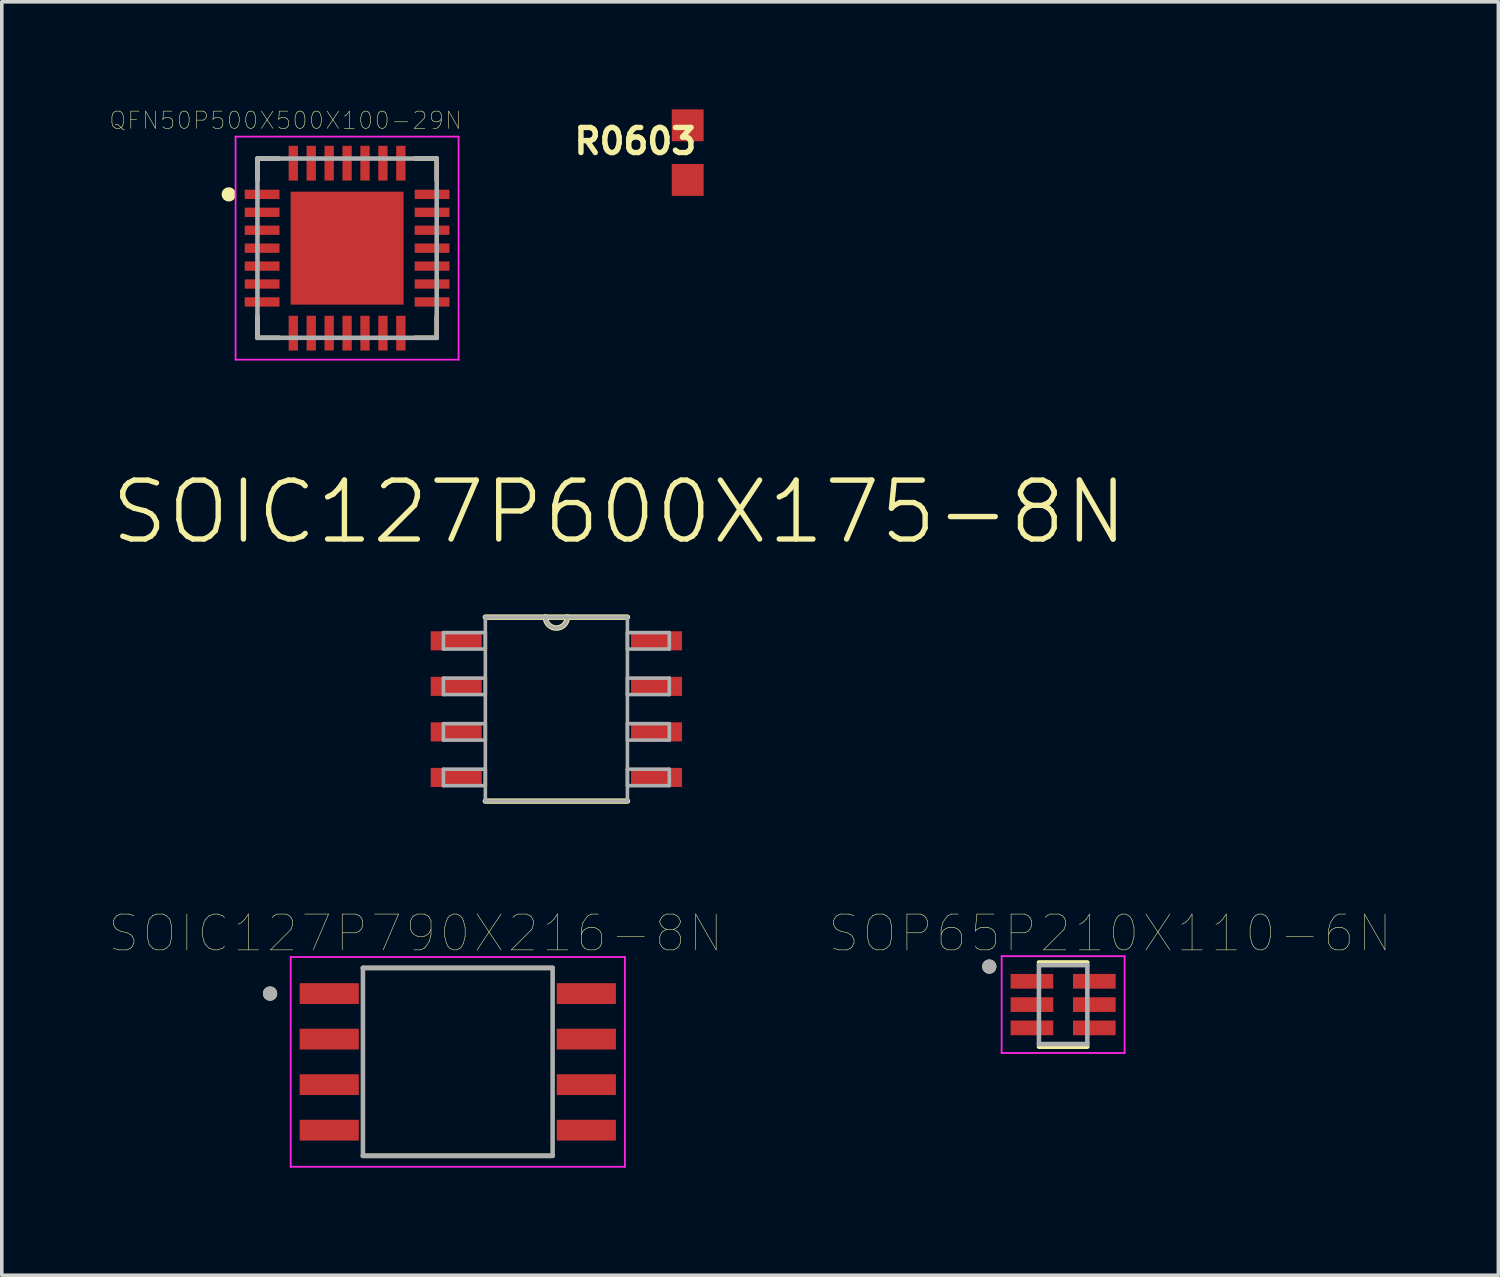
<source format=kicad_pcb>
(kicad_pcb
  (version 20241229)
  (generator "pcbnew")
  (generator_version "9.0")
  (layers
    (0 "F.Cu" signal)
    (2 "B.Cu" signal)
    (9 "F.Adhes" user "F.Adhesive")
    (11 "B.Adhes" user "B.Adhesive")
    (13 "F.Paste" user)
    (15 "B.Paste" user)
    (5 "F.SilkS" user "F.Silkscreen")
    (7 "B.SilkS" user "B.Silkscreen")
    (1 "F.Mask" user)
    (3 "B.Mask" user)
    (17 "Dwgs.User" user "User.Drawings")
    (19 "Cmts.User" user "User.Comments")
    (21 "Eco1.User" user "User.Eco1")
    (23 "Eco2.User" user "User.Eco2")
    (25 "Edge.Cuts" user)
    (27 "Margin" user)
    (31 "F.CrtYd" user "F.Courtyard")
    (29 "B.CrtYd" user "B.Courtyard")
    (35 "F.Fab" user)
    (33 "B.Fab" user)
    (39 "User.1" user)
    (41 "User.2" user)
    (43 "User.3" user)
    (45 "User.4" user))
  (footprint "SOIC127P600X175-8N"
    (layer "F.Cu")
    (at 12.467 16.727)
    (property "Reference" "SOIC127P600X175-8N" (at 1.756 -5.497 0) (layer "F.SilkS") (effects (font (size 1.643 1.643) (thickness 0.15))))
    (attr through_hole)
    (fp_line (start -1.981 2.565) (end 1.981 2.565) (stroke (width 0.152) (type solid)) (layer "F.SilkS"))
    (fp_line (start -0.305 -2.565) (end -1.981 -2.565) (stroke (width 0.152) (type solid)) (layer "F.SilkS"))
    (fp_line (start 0.305 -2.565) (end -0.305 -2.565) (stroke (width 0.152) (type solid)) (layer "F.SilkS"))
    (fp_line (start 1.981 -2.565) (end 0.305 -2.565) (stroke (width 0.152) (type solid)) (layer "F.SilkS"))
    (fp_arc (start 0.3048 -2.5654) (mid 0 -2.2606) (end -0.3048 -2.5654) (stroke (width 0.1524) (type solid)) (layer "F.SilkS"))
    (fp_line (start -3.15 -2.134) (end -3.15 -1.676) (stroke (width 0.1) (type solid)) (layer "F.Fab"))
    (fp_line (start -3.15 -1.676) (end -1.981 -1.676) (stroke (width 0.1) (type solid)) (layer "F.Fab"))
    (fp_line (start -3.15 -0.864) (end -3.15 -0.406) (stroke (width 0.1) (type solid)) (layer "F.Fab"))
    (fp_line (start -3.15 -0.406) (end -1.981 -0.406) (stroke (width 0.1) (type solid)) (layer "F.Fab"))
    (fp_line (start -3.15 0.406) (end -3.15 0.864) (stroke (width 0.1) (type solid)) (layer "F.Fab"))
    (fp_line (start -3.15 0.864) (end -1.981 0.864) (stroke (width 0.1) (type solid)) (layer "F.Fab"))
    (fp_line (start -3.15 1.676) (end -3.15 2.134) (stroke (width 0.1) (type solid)) (layer "F.Fab"))
    (fp_line (start -3.15 2.134) (end -1.981 2.134) (stroke (width 0.1) (type solid)) (layer "F.Fab"))
    (fp_line (start -1.981 -2.565) (end -1.981 2.565) (stroke (width 0.1) (type solid)) (layer "F.Fab"))
    (fp_line (start -1.981 -2.134) (end -3.15 -2.134) (stroke (width 0.1) (type solid)) (layer "F.Fab"))
    (fp_line (start -1.981 -1.676) (end -1.981 -2.134) (stroke (width 0.1) (type solid)) (layer "F.Fab"))
    (fp_line (start -1.981 -0.864) (end -3.15 -0.864) (stroke (width 0.1) (type solid)) (layer "F.Fab"))
    (fp_line (start -1.981 -0.406) (end -1.981 -0.864) (stroke (width 0.1) (type solid)) (layer "F.Fab"))
    (fp_line (start -1.981 0.406) (end -3.15 0.406) (stroke (width 0.1) (type solid)) (layer "F.Fab"))
    (fp_line (start -1.981 0.864) (end -1.981 0.406) (stroke (width 0.1) (type solid)) (layer "F.Fab"))
    (fp_line (start -1.981 1.676) (end -3.15 1.676) (stroke (width 0.1) (type solid)) (layer "F.Fab"))
    (fp_line (start -1.981 2.134) (end -1.981 1.676) (stroke (width 0.1) (type solid)) (layer "F.Fab"))
    (fp_line (start -1.981 2.565) (end 1.981 2.565) (stroke (width 0.1) (type solid)) (layer "F.Fab"))
    (fp_line (start -0.305 -2.565) (end -1.981 -2.565) (stroke (width 0.1) (type solid)) (layer "F.Fab"))
    (fp_line (start 0.305 -2.565) (end -0.305 -2.565) (stroke (width 0.1) (type solid)) (layer "F.Fab"))
    (fp_line (start 1.981 -2.565) (end 0.305 -2.565) (stroke (width 0.1) (type solid)) (layer "F.Fab"))
    (fp_line (start 1.981 -2.134) (end 1.981 -1.676) (stroke (width 0.1) (type solid)) (layer "F.Fab"))
    (fp_line (start 1.981 -1.676) (end 3.15 -1.676) (stroke (width 0.1) (type solid)) (layer "F.Fab"))
    (fp_line (start 1.981 -0.864) (end 1.981 -0.406) (stroke (width 0.1) (type solid)) (layer "F.Fab"))
    (fp_line (start 1.981 -0.406) (end 3.15 -0.406) (stroke (width 0.1) (type solid)) (layer "F.Fab"))
    (fp_line (start 1.981 0.406) (end 1.981 0.864) (stroke (width 0.1) (type solid)) (layer "F.Fab"))
    (fp_line (start 1.981 0.864) (end 3.15 0.864) (stroke (width 0.1) (type solid)) (layer "F.Fab"))
    (fp_line (start 1.981 1.676) (end 1.981 2.134) (stroke (width 0.1) (type solid)) (layer "F.Fab"))
    (fp_line (start 1.981 2.134) (end 3.15 2.134) (stroke (width 0.1) (type solid)) (layer "F.Fab"))
    (fp_line (start 1.981 2.565) (end 1.981 -2.565) (stroke (width 0.1) (type solid)) (layer "F.Fab"))
    (fp_line (start 3.15 -2.134) (end 1.981 -2.134) (stroke (width 0.1) (type solid)) (layer "F.Fab"))
    (fp_line (start 3.15 -1.676) (end 3.15 -2.134) (stroke (width 0.1) (type solid)) (layer "F.Fab"))
    (fp_line (start 3.15 -0.864) (end 1.981 -0.864) (stroke (width 0.1) (type solid)) (layer "F.Fab"))
    (fp_line (start 3.15 -0.406) (end 3.15 -0.864) (stroke (width 0.1) (type solid)) (layer "F.Fab"))
    (fp_line (start 3.15 0.406) (end 1.981 0.406) (stroke (width 0.1) (type solid)) (layer "F.Fab"))
    (fp_line (start 3.15 0.864) (end 3.15 0.406) (stroke (width 0.1) (type solid)) (layer "F.Fab"))
    (fp_line (start 3.15 1.676) (end 1.981 1.676) (stroke (width 0.1) (type solid)) (layer "F.Fab"))
    (fp_line (start 3.15 2.134) (end 3.15 1.676) (stroke (width 0.1) (type solid)) (layer "F.Fab"))
    (fp_arc (start 0.3048 -2.5654) (mid 0 -2.2606) (end -0.3048 -2.5654) (stroke (width 0.1) (type solid)) (layer "F.Fab"))
    (pad "1" smd rect (at -2.794 -1.905) (size 1.422 0.533) (layers "F.Cu" "F.Mask" "F.Paste"))
    (pad "2" smd rect (at -2.794 -0.635) (size 1.422 0.533) (layers "F.Cu" "F.Mask" "F.Paste"))
    (pad "3" smd rect (at -2.794 0.635) (size 1.422 0.533) (layers "F.Cu" "F.Mask" "F.Paste"))
    (pad "4" smd rect (at -2.794 1.905) (size 1.422 0.533) (layers "F.Cu" "F.Mask" "F.Paste"))
    (pad "5" smd rect (at 2.794 1.905) (size 1.422 0.533) (layers "F.Cu" "F.Mask" "F.Paste"))
    (pad "6" smd rect (at 2.794 0.635) (size 1.422 0.533) (layers "F.Cu" "F.Mask" "F.Paste"))
    (pad "7" smd rect (at 2.794 -0.635) (size 1.422 0.533) (layers "F.Cu" "F.Mask" "F.Paste"))
    (pad "8" smd rect (at 2.794 -1.905) (size 1.422 0.533) (layers "F.Cu" "F.Mask" "F.Paste")))
  (footprint "SOIC127P790X216-8N"
    (layer "F.Cu")
    (at 9.717 26.565)
    (property "Reference" "SOIC127P790X216-8N" (at -1.175 -3.585 0) (layer "F.SilkS") (effects (font (size 1 1) (thickness 0.015))))
    (attr through_hole)
    (fp_line (start -2.645 -2.62) (end 2.645 -2.62) (stroke (width 0.127) (type solid)) (layer "F.SilkS"))
    (fp_line (start -2.645 2.62) (end 2.645 2.62) (stroke (width 0.127) (type solid)) (layer "F.SilkS"))
    (fp_circle (center -5.235 -1.905) (end -5.135 -1.905) (stroke (width 0.2) (type solid)) (fill no) (layer "F.SilkS"))
    (fp_line (start -4.66 -2.925) (end -4.66 2.925) (stroke (width 0.05) (type solid)) (layer "F.CrtYd"))
    (fp_line (start -4.66 -2.925) (end 4.66 -2.925) (stroke (width 0.05) (type solid)) (layer "F.CrtYd"))
    (fp_line (start -4.66 2.925) (end 4.66 2.925) (stroke (width 0.05) (type solid)) (layer "F.CrtYd"))
    (fp_line (start 4.66 -2.925) (end 4.66 2.925) (stroke (width 0.05) (type solid)) (layer "F.CrtYd"))
    (fp_line (start -2.645 -2.62) (end -2.645 2.62) (stroke (width 0.127) (type solid)) (layer "F.Fab"))
    (fp_line (start -2.645 -2.62) (end 2.645 -2.62) (stroke (width 0.127) (type solid)) (layer "F.Fab"))
    (fp_line (start -2.645 2.62) (end 2.645 2.62) (stroke (width 0.127) (type solid)) (layer "F.Fab"))
    (fp_line (start 2.645 -2.62) (end 2.645 2.62) (stroke (width 0.127) (type solid)) (layer "F.Fab"))
    (fp_circle (center -5.235 -1.905) (end -5.135 -1.905) (stroke (width 0.2) (type solid)) (fill no) (layer "F.Fab"))
    (pad "1" smd rect (at -3.585 -1.905) (size 1.65 0.58) (layers "F.Cu" "F.Mask" "F.Paste"))
    (pad "2" smd rect (at -3.585 -0.635) (size 1.65 0.58) (layers "F.Cu" "F.Mask" "F.Paste"))
    (pad "3" smd rect (at -3.585 0.635) (size 1.65 0.58) (layers "F.Cu" "F.Mask" "F.Paste"))
    (pad "4" smd rect (at -3.585 1.905) (size 1.65 0.58) (layers "F.Cu" "F.Mask" "F.Paste"))
    (pad "5" smd rect (at 3.585 1.905) (size 1.65 0.58) (layers "F.Cu" "F.Mask" "F.Paste"))
    (pad "6" smd rect (at 3.585 0.635) (size 1.65 0.58) (layers "F.Cu" "F.Mask" "F.Paste"))
    (pad "7" smd rect (at 3.585 -0.635) (size 1.65 0.58) (layers "F.Cu" "F.Mask" "F.Paste"))
    (pad "8" smd rect (at 3.585 -1.905) (size 1.65 0.58) (layers "F.Cu" "F.Mask" "F.Paste")))
  (footprint "SOP65P210X110-6N"
    (layer "F.Cu")
    (at 26.6 24.967)
    (property "Reference" "SOP65P210X110-6N" (at 1.31 -1.987 0) (layer "F.SilkS") (effects (font (size 1 1) (thickness 0.015))))
    (attr through_hole)
    (fp_line (start -0.675 -1.175) (end 0.675 -1.175) (stroke (width 0.127) (type solid)) (layer "F.SilkS"))
    (fp_line (start -0.675 1.175) (end 0.675 1.175) (stroke (width 0.127) (type solid)) (layer "F.SilkS"))
    (fp_circle (center -2.06 -1.06) (end -1.96 -1.06) (stroke (width 0.2) (type solid)) (fill no) (layer "F.SilkS"))
    (fp_line (start -1.715 -1.35) (end -1.715 1.35) (stroke (width 0.05) (type solid)) (layer "F.CrtYd"))
    (fp_line (start -1.715 -1.35) (end 1.715 -1.35) (stroke (width 0.05) (type solid)) (layer "F.CrtYd"))
    (fp_line (start -1.715 1.35) (end 1.715 1.35) (stroke (width 0.05) (type solid)) (layer "F.CrtYd"))
    (fp_line (start 1.715 -1.35) (end 1.715 1.35) (stroke (width 0.05) (type solid)) (layer "F.CrtYd"))
    (fp_line (start -0.675 -1.1) (end -0.675 1.1) (stroke (width 0.127) (type solid)) (layer "F.Fab"))
    (fp_line (start -0.675 -1.1) (end 0.675 -1.1) (stroke (width 0.127) (type solid)) (layer "F.Fab"))
    (fp_line (start -0.675 1.1) (end 0.675 1.1) (stroke (width 0.127) (type solid)) (layer "F.Fab"))
    (fp_line (start 0.675 -1.1) (end 0.675 1.1) (stroke (width 0.127) (type solid)) (layer "F.Fab"))
    (fp_circle (center -2.06 -1.06) (end -1.96 -1.06) (stroke (width 0.2) (type solid)) (fill no) (layer "F.Fab"))
    (pad "1" smd rect (at -0.87 -0.65) (size 1.19 0.41) (layers "F.Cu" "F.Mask" "F.Paste"))
    (pad "2" smd rect (at -0.87 0) (size 1.19 0.41) (layers "F.Cu" "F.Mask" "F.Paste"))
    (pad "3" smd rect (at -0.87 0.65) (size 1.19 0.41) (layers "F.Cu" "F.Mask" "F.Paste"))
    (pad "4" smd rect (at 0.87 0.65) (size 1.19 0.41) (layers "F.Cu" "F.Mask" "F.Paste"))
    (pad "5" smd rect (at 0.87 0) (size 1.19 0.41) (layers "F.Cu" "F.Mask" "F.Paste"))
    (pad "6" smd rect (at 0.87 -0.65) (size 1.19 0.41) (layers "F.Cu" "F.Mask" "F.Paste")))
  (footprint "QFN50P500X500X100-29N"
    (layer "F.Cu")
    (at 6.63 3.871)
    (property "Reference" "QFN50P500X500X100-29N" (at -1.714 -3.563 0) (layer "F.SilkS") (effects (font (size 0.481 0.481) (thickness 0.015))))
    (attr through_hole)
    (fp_line (start -2.5 -2.5) (end -1.9 -2.5) (stroke (width 0.127) (type solid)) (layer "F.SilkS"))
    (fp_line (start -2.5 -1.9) (end -2.5 -2.5) (stroke (width 0.127) (type solid)) (layer "F.SilkS"))
    (fp_line (start -2.5 2.5) (end -2.5 1.9) (stroke (width 0.127) (type solid)) (layer "F.SilkS"))
    (fp_line (start -1.9 2.5) (end -2.5 2.5) (stroke (width 0.127) (type solid)) (layer "F.SilkS"))
    (fp_line (start 1.9 -2.5) (end 2.5 -2.5) (stroke (width 0.127) (type solid)) (layer "F.SilkS"))
    (fp_line (start 2.5 -2.5) (end 2.5 -1.9) (stroke (width 0.127) (type solid)) (layer "F.SilkS"))
    (fp_line (start 2.5 1.9) (end 2.5 2.5) (stroke (width 0.127) (type solid)) (layer "F.SilkS"))
    (fp_line (start 2.5 2.5) (end 1.9 2.5) (stroke (width 0.127) (type solid)) (layer "F.SilkS"))
    (fp_circle (center -3.3 -1.5) (end -3.2 -1.5) (stroke (width 0.2) (type solid)) (fill no) (layer "F.SilkS"))
    (fp_poly (pts (xy -0.991 -0.989) (xy 0.989 -0.989) (xy 0.989 0.991) (xy -0.991 0.991)) (stroke (width 0.01) (type solid)) (fill yes) (layer "F.Paste"))
    (fp_line (start -3.11 -3.11) (end 3.11 -3.11) (stroke (width 0.05) (type solid)) (layer "F.CrtYd"))
    (fp_line (start -3.11 3.11) (end -3.11 -3.11) (stroke (width 0.05) (type solid)) (layer "F.CrtYd"))
    (fp_line (start 3.11 -3.11) (end 3.11 3.11) (stroke (width 0.05) (type solid)) (layer "F.CrtYd"))
    (fp_line (start 3.11 3.11) (end -3.11 3.11) (stroke (width 0.05) (type solid)) (layer "F.CrtYd"))
    (fp_line (start -2.5 -2.5) (end 2.5 -2.5) (stroke (width 0.127) (type solid)) (layer "F.Fab"))
    (fp_line (start -2.5 2.5) (end -2.5 -2.5) (stroke (width 0.127) (type solid)) (layer "F.Fab"))
    (fp_line (start 2.5 -2.5) (end 2.5 2.5) (stroke (width 0.127) (type solid)) (layer "F.Fab"))
    (fp_line (start 2.5 2.5) (end -2.5 2.5) (stroke (width 0.127) (type solid)) (layer "F.Fab"))
    (pad "1" smd rect (at -2.37 -1.5) (size 0.97 0.26) (layers "F.Cu" "F.Mask" "F.Paste"))
    (pad "2" smd rect (at -2.37 -1) (size 0.97 0.26) (layers "F.Cu" "F.Mask" "F.Paste"))
    (pad "3" smd rect (at -2.37 -0.5) (size 0.97 0.26) (layers "F.Cu" "F.Mask" "F.Paste"))
    (pad "4" smd rect (at -2.37 0) (size 0.97 0.26) (layers "F.Cu" "F.Mask" "F.Paste"))
    (pad "5" smd rect (at -2.37 0.5) (size 0.97 0.26) (layers "F.Cu" "F.Mask" "F.Paste"))
    (pad "6" smd rect (at -2.37 1) (size 0.97 0.26) (layers "F.Cu" "F.Mask" "F.Paste"))
    (pad "7" smd rect (at -2.37 1.5) (size 0.97 0.26) (layers "F.Cu" "F.Mask" "F.Paste"))
    (pad "8" smd rect (at -1.5 2.37) (size 0.26 0.97) (layers "F.Cu" "F.Mask" "F.Paste"))
    (pad "9" smd rect (at -1 2.37) (size 0.26 0.97) (layers "F.Cu" "F.Mask" "F.Paste"))
    (pad "10" smd rect (at -0.5 2.37) (size 0.26 0.97) (layers "F.Cu" "F.Mask" "F.Paste"))
    (pad "11" smd rect (at 0 2.37) (size 0.26 0.97) (layers "F.Cu" "F.Mask" "F.Paste"))
    (pad "12" smd rect (at 0.5 2.37) (size 0.26 0.97) (layers "F.Cu" "F.Mask" "F.Paste"))
    (pad "13" smd rect (at 1 2.37) (size 0.26 0.97) (layers "F.Cu" "F.Mask" "F.Paste"))
    (pad "14" smd rect (at 1.5 2.37) (size 0.26 0.97) (layers "F.Cu" "F.Mask" "F.Paste"))
    (pad "15" smd rect (at 2.37 1.5) (size 0.97 0.26) (layers "F.Cu" "F.Mask" "F.Paste"))
    (pad "16" smd rect (at 2.37 1) (size 0.97 0.26) (layers "F.Cu" "F.Mask" "F.Paste"))
    (pad "17" smd rect (at 2.37 0.5) (size 0.97 0.26) (layers "F.Cu" "F.Mask" "F.Paste"))
    (pad "18" smd rect (at 2.37 0) (size 0.97 0.26) (layers "F.Cu" "F.Mask" "F.Paste"))
    (pad "19" smd rect (at 2.37 -0.5) (size 0.97 0.26) (layers "F.Cu" "F.Mask" "F.Paste"))
    (pad "20" smd rect (at 2.37 -1) (size 0.97 0.26) (layers "F.Cu" "F.Mask" "F.Paste"))
    (pad "21" smd rect (at 2.37 -1.5) (size 0.97 0.26) (layers "F.Cu" "F.Mask" "F.Paste"))
    (pad "22" smd rect (at 1.5 -2.37) (size 0.26 0.97) (layers "F.Cu" "F.Mask" "F.Paste"))
    (pad "23" smd rect (at 1 -2.37) (size 0.26 0.97) (layers "F.Cu" "F.Mask" "F.Paste"))
    (pad "24" smd rect (at 0.5 -2.37) (size 0.26 0.97) (layers "F.Cu" "F.Mask" "F.Paste"))
    (pad "25" smd rect (at 0 -2.37) (size 0.26 0.97) (layers "F.Cu" "F.Mask" "F.Paste"))
    (pad "26" smd rect (at -0.5 -2.37) (size 0.26 0.97) (layers "F.Cu" "F.Mask" "F.Paste"))
    (pad "27" smd rect (at -1 -2.37) (size 0.26 0.97) (layers "F.Cu" "F.Mask" "F.Paste"))
    (pad "28" smd rect (at -1.5 -2.37) (size 0.26 0.97) (layers "F.Cu" "F.Mask" "F.Paste"))
    (pad "29" smd rect (at 0 0) (size 3.15 3.15) (layers "F.Cu" "F.Mask")))
  (footprint "R0603"
    (layer "F.Cu")
    (at 16.129 1.206)
    (property "Reference" "R0603" (at -1.46 -0.318 180) (layer "F.SilkS") (effects (font (size 0.7 0.7) (thickness 0.15))))
    (attr through_hole)
    (pad "1" smd rect (at 0 -0.762) (size 0.889 0.889) (layers "F.Cu" "F.Mask" "F.Paste"))
    (pad "2" smd rect (at 0 0.762) (size 0.889 0.889) (layers "F.Cu" "F.Mask" "F.Paste")))
  (gr_rect
    (start -3 -3)
    (end 38.738 32.515)
    (stroke (width 0.1) (type default))
    (fill no)
    (layer "Edge.Cuts")))
</source>
